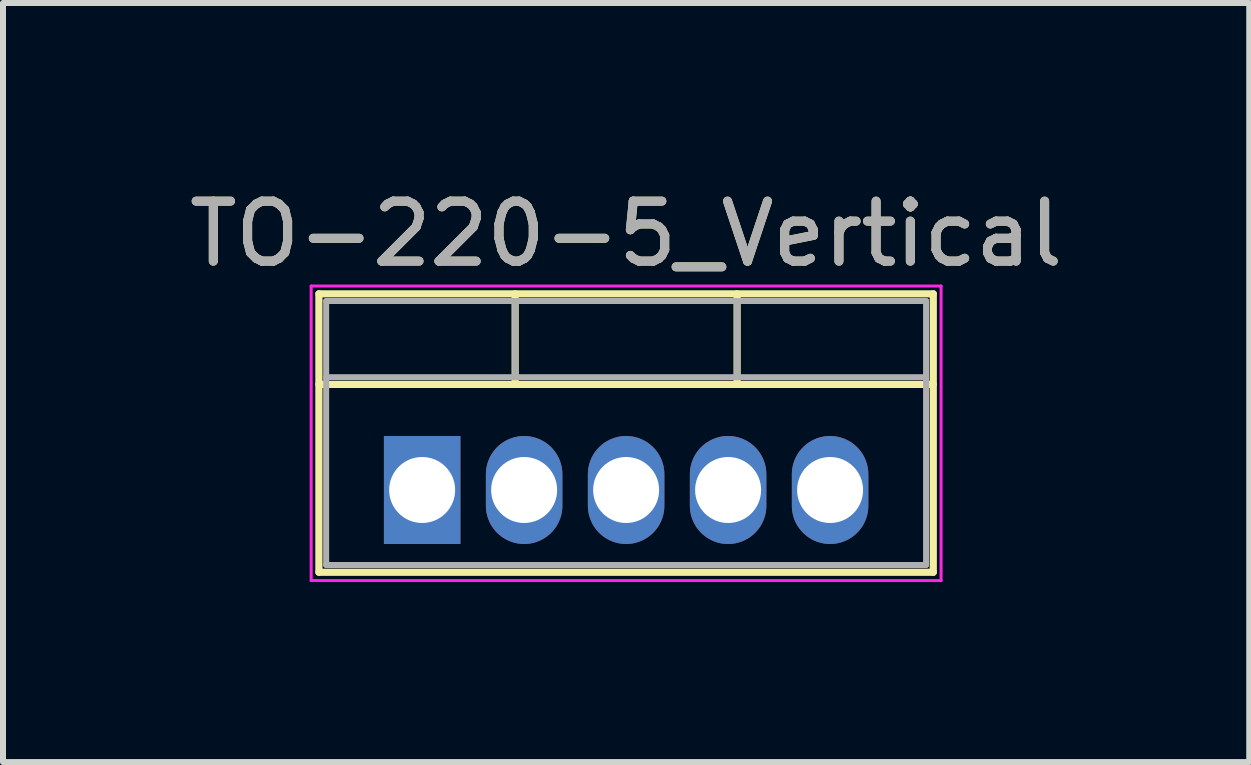
<source format=kicad_pcb>
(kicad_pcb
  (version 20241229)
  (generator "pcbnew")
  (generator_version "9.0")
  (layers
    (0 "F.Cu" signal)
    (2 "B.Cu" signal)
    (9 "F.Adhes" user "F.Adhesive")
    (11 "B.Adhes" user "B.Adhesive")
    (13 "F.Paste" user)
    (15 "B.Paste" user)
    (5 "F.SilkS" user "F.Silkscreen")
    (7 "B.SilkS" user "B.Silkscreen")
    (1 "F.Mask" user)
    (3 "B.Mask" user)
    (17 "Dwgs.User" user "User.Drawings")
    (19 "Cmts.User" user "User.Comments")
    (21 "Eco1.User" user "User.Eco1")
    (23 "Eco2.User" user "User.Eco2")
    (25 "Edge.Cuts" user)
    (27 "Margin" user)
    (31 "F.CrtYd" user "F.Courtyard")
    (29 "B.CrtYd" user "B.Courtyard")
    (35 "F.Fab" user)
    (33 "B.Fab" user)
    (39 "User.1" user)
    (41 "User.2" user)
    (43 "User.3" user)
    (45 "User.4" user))
  (footprint "TO-220-5_Vertical"
    (layer "F.Cu")
    (at 3.987 5.118)
    (property "Reference" "TO-220-5_Vertical" (at 3.4 -4.27 0) (layer "F.SilkS") (effects (font (size 1 1) (thickness 0.15))))
    (attr through_hole)
    (fp_line (start -1.721 -3.27) (end -1.721 1.371) (stroke (width 0.12) (type solid)) (layer "F.SilkS"))
    (fp_line (start -1.721 -3.27) (end 8.52 -3.27) (stroke (width 0.12) (type solid)) (layer "F.SilkS"))
    (fp_line (start -1.721 -1.76) (end 8.52 -1.76) (stroke (width 0.12) (type solid)) (layer "F.SilkS"))
    (fp_line (start -1.721 1.371) (end 8.52 1.371) (stroke (width 0.12) (type solid)) (layer "F.SilkS"))
    (fp_line (start 1.55 -3.27) (end 1.55 -1.76) (stroke (width 0.12) (type solid)) (layer "F.SilkS"))
    (fp_line (start 5.25 -3.27) (end 5.25 -1.76) (stroke (width 0.12) (type solid)) (layer "F.SilkS"))
    (fp_line (start 8.52 -3.27) (end 8.52 1.371) (stroke (width 0.12) (type solid)) (layer "F.SilkS"))
    (fp_line (start -1.85 -3.4) (end -1.85 1.51) (stroke (width 0.05) (type solid)) (layer "F.CrtYd"))
    (fp_line (start -1.85 1.51) (end 8.65 1.51) (stroke (width 0.05) (type solid)) (layer "F.CrtYd"))
    (fp_line (start 8.65 -3.4) (end -1.85 -3.4) (stroke (width 0.05) (type solid)) (layer "F.CrtYd"))
    (fp_line (start 8.65 1.51) (end 8.65 -3.4) (stroke (width 0.05) (type solid)) (layer "F.CrtYd"))
    (fp_line (start -1.6 -3.15) (end -1.6 1.25) (stroke (width 0.1) (type solid)) (layer "F.Fab"))
    (fp_line (start -1.6 -1.88) (end 8.4 -1.88) (stroke (width 0.1) (type solid)) (layer "F.Fab"))
    (fp_line (start -1.6 1.25) (end 8.4 1.25) (stroke (width 0.1) (type solid)) (layer "F.Fab"))
    (fp_line (start 1.55 -3.15) (end 1.55 -1.88) (stroke (width 0.1) (type solid)) (layer "F.Fab"))
    (fp_line (start 5.25 -3.15) (end 5.25 -1.88) (stroke (width 0.1) (type solid)) (layer "F.Fab"))
    (fp_line (start 8.4 -3.15) (end -1.6 -3.15) (stroke (width 0.1) (type solid)) (layer "F.Fab"))
    (fp_line (start 8.4 1.25) (end 8.4 -3.15) (stroke (width 0.1) (type solid)) (layer "F.Fab"))
    (fp_text user "${REFERENCE}" (at 3.4 -4.27 0) (layer "F.Fab") (effects (font (size 1 1) (thickness 0.15))))
    (pad "1" thru_hole rect (at 0 0) (size 1.275 1.8) (drill 1.1) (layers "*.Cu" "*.Mask"))
    (pad "2" thru_hole oval (at 1.7 0) (size 1.275 1.8) (drill 1.1) (layers "*.Cu" "*.Mask"))
    (pad "3" thru_hole oval (at 3.4 0) (size 1.275 1.8) (drill 1.1) (layers "*.Cu" "*.Mask"))
    (pad "4" thru_hole oval (at 5.1 0) (size 1.275 1.8) (drill 1.1) (layers "*.Cu" "*.Mask"))
    (pad "5" thru_hole oval (at 6.8 0) (size 1.275 1.8) (drill 1.1) (layers "*.Cu" "*.Mask")))
  (gr_rect
    (start -3 -3)
    (end 17.774 9.653)
    (stroke (width 0.1) (type default))
    (fill no)
    (layer "Edge.Cuts")))
</source>
